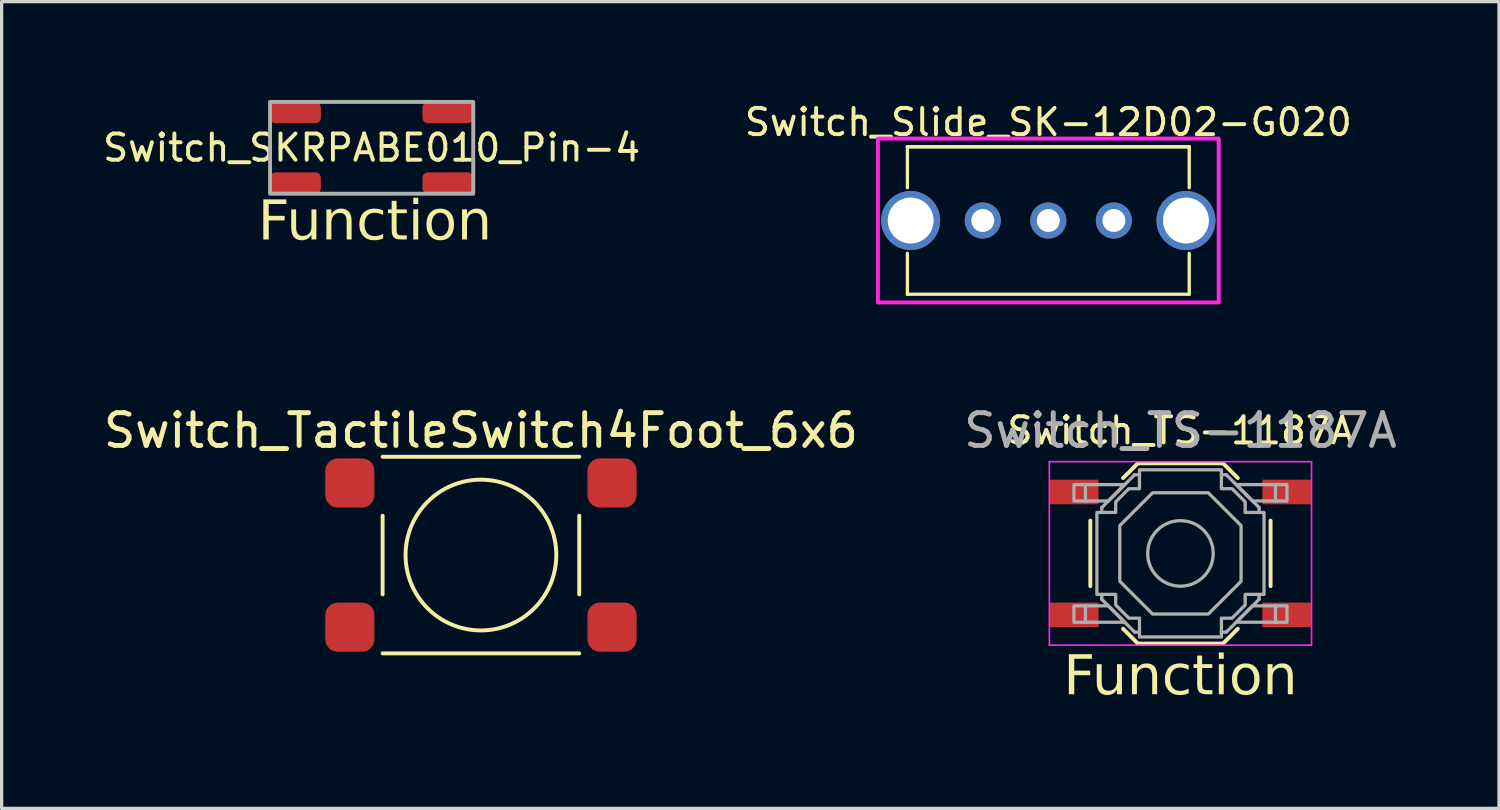
<source format=kicad_pcb>
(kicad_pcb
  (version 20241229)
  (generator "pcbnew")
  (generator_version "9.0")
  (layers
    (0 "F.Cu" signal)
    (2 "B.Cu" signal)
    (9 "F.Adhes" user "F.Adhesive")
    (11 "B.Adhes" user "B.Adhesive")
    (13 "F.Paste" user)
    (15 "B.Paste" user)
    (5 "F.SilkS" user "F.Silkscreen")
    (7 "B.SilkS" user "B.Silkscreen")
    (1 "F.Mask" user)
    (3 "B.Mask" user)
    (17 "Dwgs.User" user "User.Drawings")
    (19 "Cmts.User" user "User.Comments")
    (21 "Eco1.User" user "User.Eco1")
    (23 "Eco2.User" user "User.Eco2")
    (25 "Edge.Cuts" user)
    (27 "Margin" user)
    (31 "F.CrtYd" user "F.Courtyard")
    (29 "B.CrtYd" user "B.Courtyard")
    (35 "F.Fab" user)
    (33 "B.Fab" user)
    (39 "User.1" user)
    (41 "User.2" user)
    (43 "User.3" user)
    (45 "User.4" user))
  (footprint "Switch_Slide_SK-12D02-G020"
    (layer "F.Cu")
    (at 28.938 3.679)
    (property "Reference" "Switch_Slide_SK-12D02-G020" (at 0 -3 0) (layer "F.SilkS") (effects (font (size 0.8 0.8) (thickness 0.12))))
    (attr through_hole)
    (fp_line (start -4.3 -2.25) (end -4.3 -1) (stroke (width 0.1) (type default)) (layer "F.SilkS"))
    (fp_line (start -4.3 -2.25) (end 4.3 -2.25) (stroke (width 0.1) (type default)) (layer "F.SilkS"))
    (fp_line (start -4.3 1) (end -4.3 2.25) (stroke (width 0.1) (type default)) (layer "F.SilkS"))
    (fp_line (start 4.3 -2.25) (end -4.3 -2.25) (stroke (width 0.1) (type default)) (layer "F.SilkS"))
    (fp_line (start 4.3 -2.25) (end 4.3 -1) (stroke (width 0.1) (type default)) (layer "F.SilkS"))
    (fp_line (start 4.3 1) (end 4.3 2.25) (stroke (width 0.1) (type default)) (layer "F.SilkS"))
    (fp_line (start 4.3 2.25) (end -4.3 2.25) (stroke (width 0.1) (type default)) (layer "F.SilkS"))
    (fp_rect (start -5.2 -2.5) (end 5.2 2.5) (stroke (width 0.12) (type default)) (fill no) (layer "F.CrtYd"))
    (pad "" thru_hole circle (at -4.2 0) (size 1.8 1.8) (drill 1.4) (layers "*.Cu" "*.Mask"))
    (pad "" thru_hole circle (at 4.2 0) (size 1.8 1.8) (drill 1.4) (layers "*.Cu" "*.Mask"))
    (pad "1" thru_hole circle (at -2 0) (size 1.1 1.1) (drill 0.7) (layers "*.Cu" "*.Mask"))
    (pad "2" thru_hole circle (at 0 0) (size 1.1 1.1) (drill 0.7) (layers "*.Cu" "*.Mask"))
    (pad "3" thru_hole circle (at 2 0) (size 1.1 1.1) (drill 0.7) (layers "*.Cu" "*.Mask")))
  (footprint "Switch_SKRPABE010_Pin-4"
    (layer "F.Cu")
    (at 8.29 1.46)
    (property "Reference" "Switch_SKRPABE010_Pin-4" (at 0 0 0) (layer "F.SilkS") (effects (font (size 0.8 0.8) (thickness 0.12))))
    (property "Function" "Function" (at 0.1 2.3 0) (unlocked yes) (layer "F.SilkS") (effects (font (face "Montserrat Medium") (size 1.2 1.2) (thickness 0.15))))
    (attr smd)
    (fp_rect (start -3.1 -1.4) (end 3.1 1.4) (stroke (width 0.12) (type solid)) (fill no) (layer "F.Fab"))
    (pad "1" smd roundrect (at -2.325 -1.075) (size 1.55 0.65) (layers "F.Cu" "F.Mask" "F.Paste") (roundrect_rratio 0.25))
    (pad "2" smd roundrect (at -2.325 1.075) (size 1.55 0.65) (layers "F.Cu" "F.Mask" "F.Paste") (roundrect_rratio 0.25))
    (pad "3" smd roundrect (at 2.325 -1.075) (size 1.55 0.65) (layers "F.Cu" "F.Mask" "F.Paste") (roundrect_rratio 0.25))
    (pad "4" smd roundrect (at 2.325 1.075) (size 1.55 0.65) (layers "F.Cu" "F.Mask" "F.Paste") (roundrect_rratio 0.25)))
  (footprint "Switch_TactileSwitch4Foot_6x6"
    (layer "F.Cu")
    (at 11.625 13.887)
    (property "Reference" "Switch_TactileSwitch4Foot_6x6" (at 0 -3.8 0) (unlocked yes) (layer "F.SilkS") (effects (font (size 1 1) (thickness 0.15))))
    (attr smd)
    (fp_line (start -3 -3) (end 3 -3) (stroke (width 0.12) (type solid)) (layer "F.SilkS"))
    (fp_line (start -3 -1.2) (end -3 1.2) (stroke (width 0.12) (type solid)) (layer "F.SilkS"))
    (fp_line (start -3 3) (end 3 3) (stroke (width 0.12) (type solid)) (layer "F.SilkS"))
    (fp_line (start 3 -1.2) (end 3 1.2) (stroke (width 0.12) (type solid)) (layer "F.SilkS"))
    (fp_circle (center 0 0) (end 2.3 0) (stroke (width 0.12) (type solid)) (fill no) (layer "F.SilkS"))
    (pad "1" smd roundrect (at -4 -2.2) (size 1.5 1.5) (layers "F.Cu" "F.Mask" "F.Paste") (roundrect_rratio 0.25))
    (pad "1" smd roundrect (at 4 -2.2) (size 1.5 1.5) (layers "F.Cu" "F.Mask" "F.Paste") (roundrect_rratio 0.25))
    (pad "2" smd roundrect (at -4 2.2) (size 1.5 1.5) (layers "F.Cu" "F.Mask" "F.Paste") (roundrect_rratio 0.25))
    (pad "2" smd roundrect (at 4 2.2) (size 1.5 1.5) (layers "F.Cu" "F.Mask" "F.Paste") (roundrect_rratio 0.25)))
  (footprint "Switch_TS-1187A"
    (layer "F.Cu")
    (at 32.97 13.837)
    (property "Reference" "Switch_TS-1187A" (at 0 -3.75 0) (layer "F.SilkS") (effects (font (size 0.8 0.8) (thickness 0.12))))
    (property "Function" "Function" (at 0 3.8 0) (unlocked yes) (layer "F.SilkS") (effects (font (face "Montserrat Medium") (size 1.2 1.2) (thickness 0.15))))
    (attr smd)
    (fp_line (start -2.75 -1) (end -2.75 1) (stroke (width 0.12) (type solid)) (layer "F.SilkS"))
    (fp_line (start -1.75 -2.3) (end -1.3 -2.75) (stroke (width 0.12) (type solid)) (layer "F.SilkS"))
    (fp_line (start -1.75 2.3) (end -1.3 2.75) (stroke (width 0.12) (type solid)) (layer "F.SilkS"))
    (fp_line (start -1.3 -2.75) (end 1.3 -2.75) (stroke (width 0.12) (type solid)) (layer "F.SilkS"))
    (fp_line (start -1.3 2.75) (end 1.3 2.75) (stroke (width 0.12) (type solid)) (layer "F.SilkS"))
    (fp_line (start 1.75 -2.3) (end 1.3 -2.75) (stroke (width 0.12) (type solid)) (layer "F.SilkS"))
    (fp_line (start 1.75 2.3) (end 1.3 2.75) (stroke (width 0.12) (type solid)) (layer "F.SilkS"))
    (fp_line (start 2.75 -1) (end 2.75 1) (stroke (width 0.12) (type solid)) (layer "F.SilkS"))
    (fp_line (start -4 -2.8) (end 4 -2.8) (stroke (width 0.05) (type solid)) (layer "F.CrtYd"))
    (fp_line (start -4 2.8) (end -4 -2.8) (stroke (width 0.05) (type solid)) (layer "F.CrtYd"))
    (fp_line (start 4 -2.8) (end 4 2.8) (stroke (width 0.05) (type solid)) (layer "F.CrtYd"))
    (fp_line (start 4 2.8) (end -4 2.8) (stroke (width 0.05) (type solid)) (layer "F.CrtYd"))
    (fp_line (start -2.9 -2.1) (end -2.9 -1.6) (stroke (width 0.1) (type solid)) (layer "F.Fab"))
    (fp_line (start -2.9 2.1) (end -2.9 1.6) (stroke (width 0.1) (type solid)) (layer "F.Fab"))
    (fp_line (start -2.4 -1.4) (end -1.4 -2.4) (stroke (width 0.1) (type solid)) (layer "F.Fab"))
    (fp_line (start -2.4 -1.25) (end -2.4 -1.4) (stroke (width 0.1) (type solid)) (layer "F.Fab"))
    (fp_line (start -2.4 1.4) (end -2.4 1.25) (stroke (width 0.1) (type solid)) (layer "F.Fab"))
    (fp_line (start -1.4 -2.4) (end -1.25 -2.4) (stroke (width 0.1) (type solid)) (layer "F.Fab"))
    (fp_line (start -1.4 2.4) (end -2.4 1.4) (stroke (width 0.1) (type solid)) (layer "F.Fab"))
    (fp_line (start -1.25 2.4) (end -1.4 2.4) (stroke (width 0.1) (type solid)) (layer "F.Fab"))
    (fp_line (start 1.25 -2.4) (end 1.4 -2.4) (stroke (width 0.1) (type solid)) (layer "F.Fab"))
    (fp_line (start 1.4 -2.4) (end 2.4 -1.4) (stroke (width 0.1) (type solid)) (layer "F.Fab"))
    (fp_line (start 1.4 2.4) (end 1.25 2.4) (stroke (width 0.1) (type solid)) (layer "F.Fab"))
    (fp_line (start 2.4 -1.4) (end 2.4 -1.25) (stroke (width 0.1) (type solid)) (layer "F.Fab"))
    (fp_line (start 2.4 1.25) (end 2.4 1.4) (stroke (width 0.1) (type solid)) (layer "F.Fab"))
    (fp_line (start 2.4 1.4) (end 1.4 2.4) (stroke (width 0.1) (type solid)) (layer "F.Fab"))
    (fp_line (start 2.9 -2.1) (end 2.9 -1.6) (stroke (width 0.1) (type solid)) (layer "F.Fab"))
    (fp_line (start 2.9 2.1) (end 2.9 1.6) (stroke (width 0.1) (type solid)) (layer "F.Fab"))
    (fp_circle (center 0 0) (end 1 0) (stroke (width 0.1) (type solid)) (fill no) (layer "F.Fab"))
    (fp_poly (pts (xy -1.7 -2.1) (xy -2.2 -1.6) (xy -3.25 -1.6) (xy -3.25 -2.1)) (stroke (width 0.1) (type solid)) (fill no) (layer "F.Fab"))
    (fp_poly (pts (xy -1.7 2.1) (xy -2.2 1.6) (xy -3.25 1.6) (xy -3.25 2.1)) (stroke (width 0.1) (type solid)) (fill no) (layer "F.Fab"))
    (fp_poly (pts (xy 1.7 -2.1) (xy 2.2 -1.6) (xy 3.25 -1.6) (xy 3.25 -2.1)) (stroke (width 0.1) (type solid)) (fill no) (layer "F.Fab"))
    (fp_poly (pts (xy 1.7 2.1) (xy 2.2 1.6) (xy 3.25 1.6) (xy 3.25 2.1)) (stroke (width 0.1) (type solid)) (fill no) (layer "F.Fab"))
    (fp_poly (pts (xy 0.85 -1.85) (xy 1.85 -0.85) (xy 1.85 0.85) (xy 0.85 1.85) (xy -0.85 1.85) (xy -1.85 0.85) (xy -1.85 -0.85) (xy -0.85 -1.85)) (stroke (width 0.1) (type solid)) (fill no) (layer "F.Fab"))
    (fp_poly (pts (xy -1.25 -2.55) (xy 1.25 -2.55) (xy 1.25 -1.975) (xy 1.575 -1.975) (xy 1.975 -1.575) (xy 1.975 -1.25) (xy 2.55 -1.25) (xy 2.55 1.25) (xy 1.975 1.25) (xy 1.975 1.575) (xy 1.575 1.975) (xy 1.25 1.975) (xy 1.25 2.55) (xy -1.25 2.55) (xy -1.25 1.975) (xy -1.575 1.975) (xy -1.975 1.575) (xy -1.975 1.25) (xy -2.55 1.25) (xy -2.55 -1.25) (xy -1.975 -1.25) (xy -1.975 -1.575) (xy -1.575 -1.975) (xy -1.25 -1.975)) (stroke (width 0.1) (type solid)) (fill no) (layer "F.Fab"))
    (fp_text user "${REFERENCE}" (at 0 -3.75 0) (layer "F.Fab") (effects (font (size 1 1) (thickness 0.15))))
    (pad "1" smd rect (at -3.25 -1.875) (size 1.5 0.75) (layers "F.Cu" "F.Mask" "F.Paste"))
    (pad "1" smd rect (at 3.25 -1.875) (size 1.5 0.75) (layers "F.Cu" "F.Mask" "F.Paste"))
    (pad "2" smd rect (at -3.25 1.875) (size 1.5 0.75) (layers "F.Cu" "F.Mask" "F.Paste"))
    (pad "2" smd rect (at 3.25 1.875) (size 1.5 0.75) (layers "F.Cu" "F.Mask" "F.Paste")))
  (gr_rect
    (start -3 -3)
    (end 42.69 21.617)
    (stroke (width 0.1) (type default))
    (fill no)
    (layer "Edge.Cuts")))
</source>
